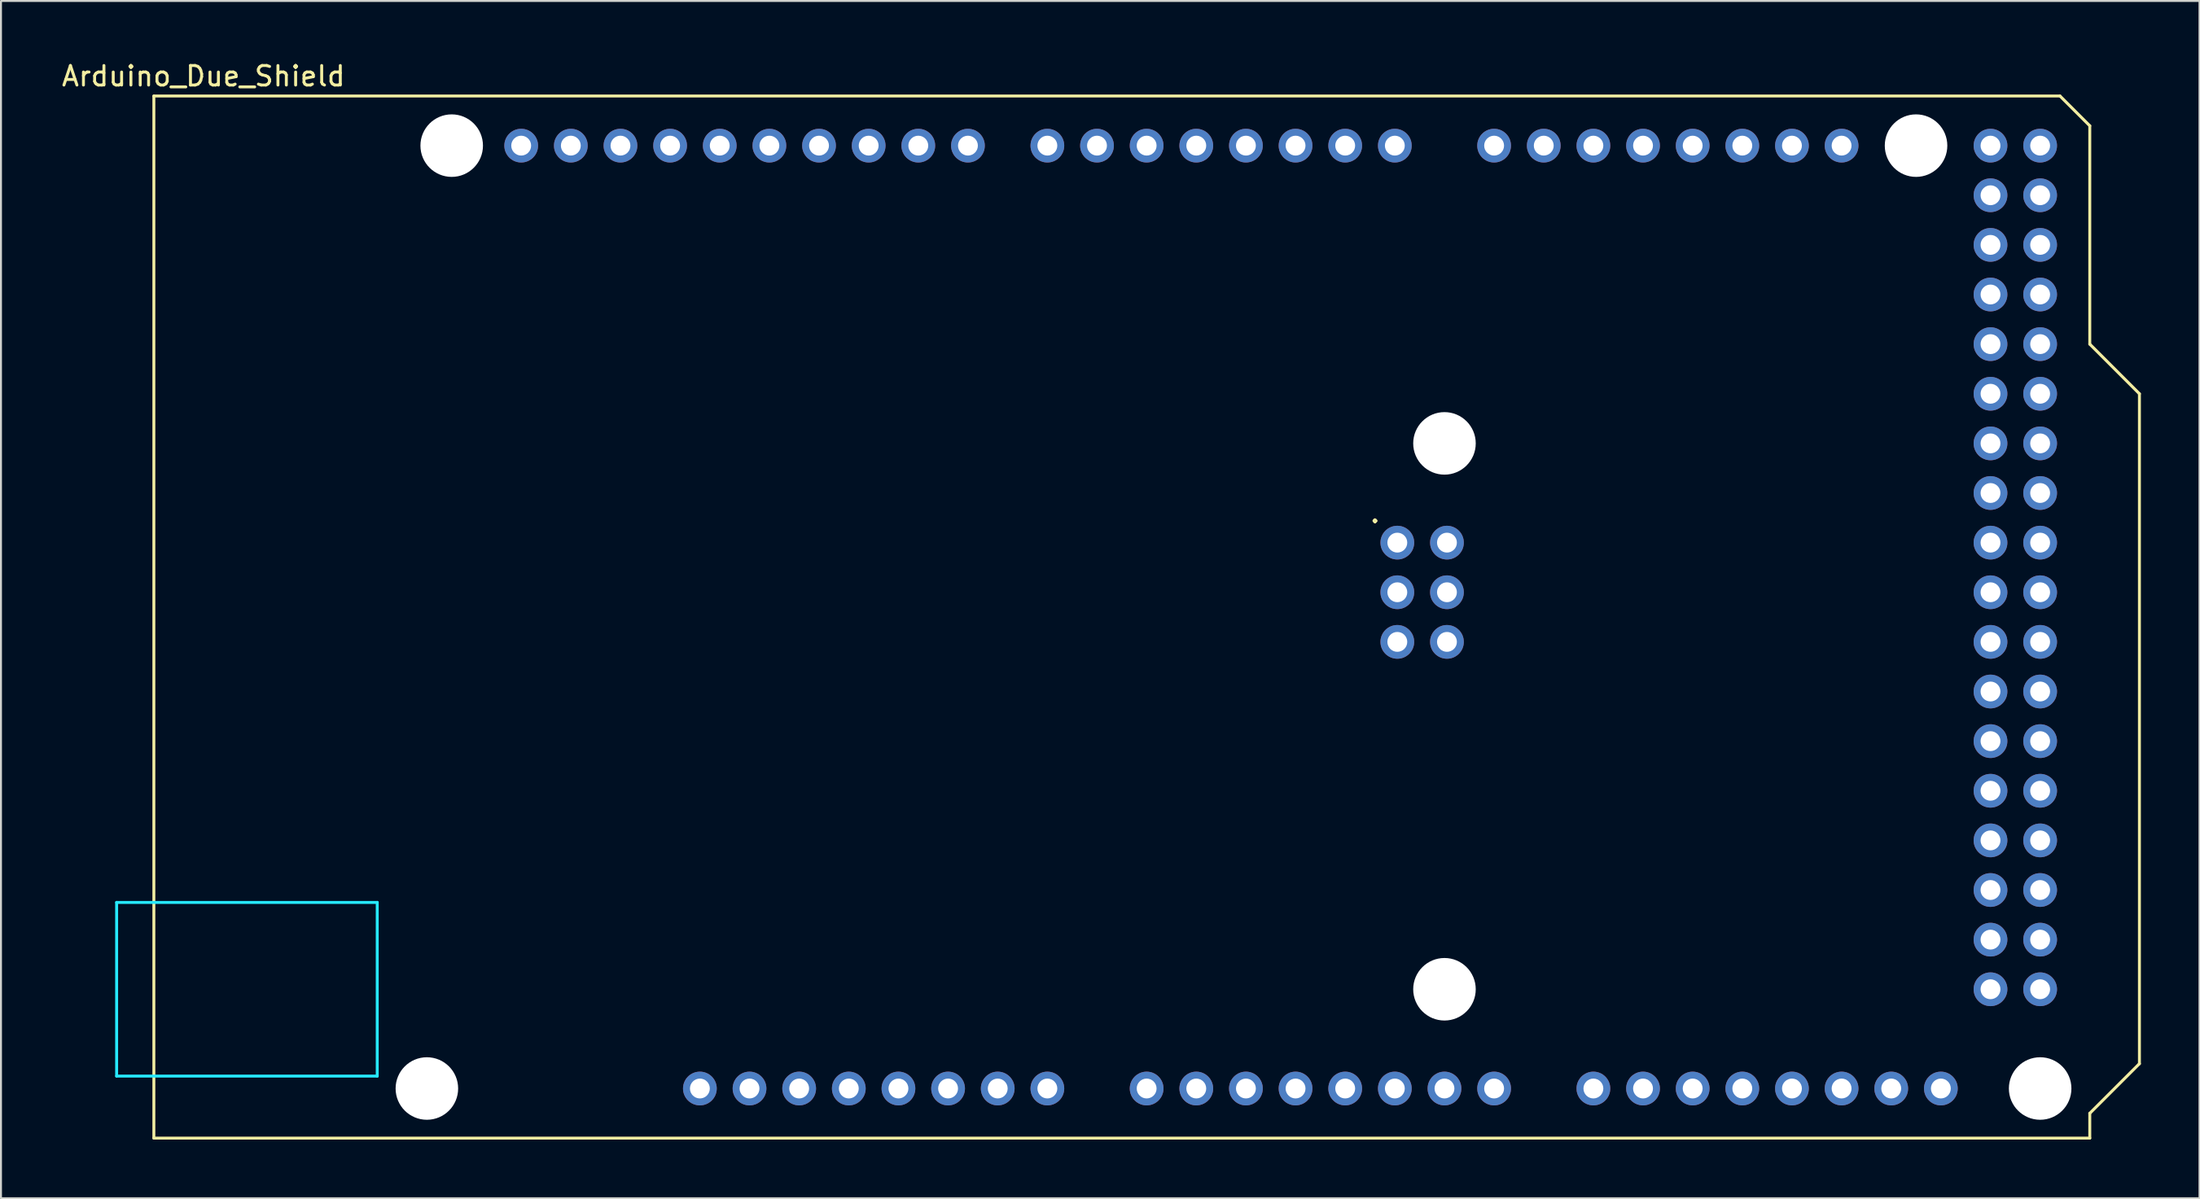
<source format=kicad_pcb>
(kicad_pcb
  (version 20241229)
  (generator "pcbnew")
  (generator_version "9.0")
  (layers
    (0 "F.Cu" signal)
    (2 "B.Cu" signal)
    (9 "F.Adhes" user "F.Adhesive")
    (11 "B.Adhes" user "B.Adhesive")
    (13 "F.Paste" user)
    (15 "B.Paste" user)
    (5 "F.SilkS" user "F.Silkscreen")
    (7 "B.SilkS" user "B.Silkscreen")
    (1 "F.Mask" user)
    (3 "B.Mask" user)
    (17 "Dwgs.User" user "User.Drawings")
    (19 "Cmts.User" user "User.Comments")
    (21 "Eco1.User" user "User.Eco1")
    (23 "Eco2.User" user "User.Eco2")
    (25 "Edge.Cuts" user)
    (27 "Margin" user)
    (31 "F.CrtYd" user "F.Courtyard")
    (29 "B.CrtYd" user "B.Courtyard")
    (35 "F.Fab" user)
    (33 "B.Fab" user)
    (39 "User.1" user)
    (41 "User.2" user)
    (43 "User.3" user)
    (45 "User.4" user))
  (footprint "Arduino_Due_Shield"
    (layer "F.Cu")
    (at 4.721 1.788)
    (property "Reference" "Arduino_Due_Shield" (at 2.642 -0.94 0) (layer "F.SilkS") (effects (font (size 1 1) (thickness 0.15))))
    (attr through_hole)
    (fp_line (start 0.102 0.076) (end 0.102 53.416) (stroke (width 0.15) (type solid)) (layer "F.SilkS"))
    (fp_line (start 0.102 0.076) (end 97.638 0.076) (stroke (width 0.15) (type solid)) (layer "F.SilkS"))
    (fp_line (start 0.102 53.416) (end 99.162 53.416) (stroke (width 0.15) (type solid)) (layer "F.SilkS"))
    (fp_line (start 97.638 0.076) (end 99.162 1.6) (stroke (width 0.15) (type solid)) (layer "F.SilkS"))
    (fp_line (start 99.162 12.776) (end 99.162 1.6) (stroke (width 0.15) (type solid)) (layer "F.SilkS"))
    (fp_line (start 99.162 52.146) (end 101.702 49.606) (stroke (width 0.15) (type solid)) (layer "F.SilkS"))
    (fp_line (start 99.162 53.416) (end 99.162 52.146) (stroke (width 0.15) (type solid)) (layer "F.SilkS"))
    (fp_line (start 101.702 15.316) (end 99.162 12.776) (stroke (width 0.15) (type solid)) (layer "F.SilkS"))
    (fp_line (start 101.702 49.606) (end 101.702 15.316) (stroke (width 0.15) (type solid)) (layer "F.SilkS"))
    (fp_line (start -1.803 41.351) (end -1.803 50.241) (stroke (width 0.15) (type solid)) (layer "B.CrtYd"))
    (fp_line (start -1.803 41.351) (end 11.532 41.351) (stroke (width 0.15) (type solid)) (layer "B.CrtYd"))
    (fp_line (start -1.803 50.241) (end 11.532 50.241) (stroke (width 0.15) (type solid)) (layer "B.CrtYd"))
    (fp_line (start 11.532 41.351) (end 11.532 50.241) (stroke (width 0.15) (type solid)) (layer "B.CrtYd"))
    (fp_text user "." (at 62.586 21.412 0) (layer "F.SilkS") (effects (font (size 1 1) (thickness 0.15))))
    (pad "" np_thru_hole circle (at 14.072 50.876) (size 3.2 3.2) (drill 3.2) (layers "*.Cu" "*.Mask"))
    (pad "" np_thru_hole circle (at 15.342 2.616) (size 3.2 3.2) (drill 3.2) (layers "*.Cu" "*.Mask"))
    (pad "" thru_hole oval (at 28.042 50.876) (size 1.727 1.727) (drill 1.016) (layers "*.Cu" "*.Mask"))
    (pad "" np_thru_hole circle (at 66.142 17.856) (size 3.2 3.2) (drill 3.2) (layers "*.Cu" "*.Mask"))
    (pad "" np_thru_hole circle (at 66.142 45.796) (size 3.2 3.2) (drill 3.2) (layers "*.Cu" "*.Mask"))
    (pad "" np_thru_hole circle (at 90.272 2.616) (size 3.2 3.2) (drill 3.2) (layers "*.Cu" "*.Mask"))
    (pad "" np_thru_hole circle (at 96.622 50.876) (size 3.2 3.2) (drill 3.2) (layers "*.Cu" "*.Mask"))
    (pad "3V3" thru_hole oval (at 35.662 50.876) (size 1.727 1.727) (drill 1.016) (layers "*.Cu" "*.Mask"))
    (pad "5V1" thru_hole oval (at 38.202 50.876) (size 1.727 1.727) (drill 1.016) (layers "*.Cu" "*.Mask"))
    (pad "5V2" thru_hole oval (at 66.269 22.936) (size 1.727 1.727) (drill 1.016) (layers "*.Cu" "*.Mask"))
    (pad "5V3" thru_hole oval (at 94.082 2.616) (size 1.727 1.727) (drill 1.016) (layers "*.Cu" "*.Mask"))
    (pad "5V4" thru_hole oval (at 96.622 2.616) (size 1.727 1.727) (drill 1.016) (layers "*.Cu" "*.Mask"))
    (pad "A0" thru_hole oval (at 50.902 50.876) (size 1.727 1.727) (drill 1.016) (layers "*.Cu" "*.Mask"))
    (pad "A1" thru_hole oval (at 53.442 50.876) (size 1.727 1.727) (drill 1.016) (layers "*.Cu" "*.Mask"))
    (pad "A2" thru_hole oval (at 55.982 50.876) (size 1.727 1.727) (drill 1.016) (layers "*.Cu" "*.Mask"))
    (pad "A3" thru_hole oval (at 58.522 50.876) (size 1.727 1.727) (drill 1.016) (layers "*.Cu" "*.Mask"))
    (pad "A4" thru_hole oval (at 61.062 50.876) (size 1.727 1.727) (drill 1.016) (layers "*.Cu" "*.Mask"))
    (pad "A5" thru_hole oval (at 63.602 50.876) (size 1.727 1.727) (drill 1.016) (layers "*.Cu" "*.Mask"))
    (pad "A6" thru_hole oval (at 66.142 50.876) (size 1.727 1.727) (drill 1.016) (layers "*.Cu" "*.Mask"))
    (pad "A7" thru_hole oval (at 68.682 50.876) (size 1.727 1.727) (drill 1.016) (layers "*.Cu" "*.Mask"))
    (pad "A8" thru_hole oval (at 73.762 50.876) (size 1.727 1.727) (drill 1.016) (layers "*.Cu" "*.Mask"))
    (pad "A9" thru_hole oval (at 76.302 50.876) (size 1.727 1.727) (drill 1.016) (layers "*.Cu" "*.Mask"))
    (pad "A10" thru_hole oval (at 78.842 50.876) (size 1.727 1.727) (drill 1.016) (layers "*.Cu" "*.Mask"))
    (pad "A11" thru_hole oval (at 81.382 50.876) (size 1.727 1.727) (drill 1.016) (layers "*.Cu" "*.Mask"))
    (pad "AREF" thru_hole oval (at 23.978 2.616) (size 1.727 1.727) (drill 1.016) (layers "*.Cu" "*.Mask"))
    (pad "CANR" thru_hole oval (at 89.002 50.876) (size 1.727 1.727) (drill 1.016) (layers "*.Cu" "*.Mask"))
    (pad "CANT" thru_hole oval (at 91.542 50.876) (size 1.727 1.727) (drill 1.016) (layers "*.Cu" "*.Mask"))
    (pad "D0" thru_hole oval (at 63.602 2.616) (size 1.727 1.727) (drill 1.016) (layers "*.Cu" "*.Mask"))
    (pad "D1" thru_hole oval (at 61.062 2.616) (size 1.727 1.727) (drill 1.016) (layers "*.Cu" "*.Mask"))
    (pad "D2" thru_hole oval (at 58.522 2.616) (size 1.727 1.727) (drill 1.016) (layers "*.Cu" "*.Mask"))
    (pad "D3" thru_hole oval (at 55.982 2.616) (size 1.727 1.727) (drill 1.016) (layers "*.Cu" "*.Mask"))
    (pad "D4" thru_hole oval (at 53.442 2.616) (size 1.727 1.727) (drill 1.016) (layers "*.Cu" "*.Mask"))
    (pad "D5" thru_hole oval (at 50.902 2.616) (size 1.727 1.727) (drill 1.016) (layers "*.Cu" "*.Mask"))
    (pad "D6" thru_hole oval (at 48.362 2.616) (size 1.727 1.727) (drill 1.016) (layers "*.Cu" "*.Mask"))
    (pad "D7" thru_hole oval (at 45.822 2.616) (size 1.727 1.727) (drill 1.016) (layers "*.Cu" "*.Mask"))
    (pad "D8" thru_hole oval (at 41.758 2.616) (size 1.727 1.727) (drill 1.016) (layers "*.Cu" "*.Mask"))
    (pad "D9" thru_hole oval (at 39.218 2.616) (size 1.727 1.727) (drill 1.016) (layers "*.Cu" "*.Mask"))
    (pad "D10" thru_hole oval (at 36.678 2.616) (size 1.727 1.727) (drill 1.016) (layers "*.Cu" "*.Mask"))
    (pad "D11" thru_hole oval (at 34.138 2.616) (size 1.727 1.727) (drill 1.016) (layers "*.Cu" "*.Mask"))
    (pad "D12" thru_hole oval (at 31.598 2.616) (size 1.727 1.727) (drill 1.016) (layers "*.Cu" "*.Mask"))
    (pad "D13" thru_hole oval (at 29.058 2.616) (size 1.727 1.727) (drill 1.016) (layers "*.Cu" "*.Mask"))
    (pad "D14" thru_hole oval (at 68.682 2.616) (size 1.727 1.727) (drill 1.016) (layers "*.Cu" "*.Mask"))
    (pad "D15" thru_hole oval (at 71.222 2.616) (size 1.727 1.727) (drill 1.016) (layers "*.Cu" "*.Mask"))
    (pad "D16" thru_hole oval (at 73.762 2.616) (size 1.727 1.727) (drill 1.016) (layers "*.Cu" "*.Mask"))
    (pad "D17" thru_hole oval (at 76.302 2.616) (size 1.727 1.727) (drill 1.016) (layers "*.Cu" "*.Mask"))
    (pad "D18" thru_hole oval (at 78.842 2.616) (size 1.727 1.727) (drill 1.016) (layers "*.Cu" "*.Mask"))
    (pad "D19" thru_hole oval (at 81.382 2.616) (size 1.727 1.727) (drill 1.016) (layers "*.Cu" "*.Mask"))
    (pad "D20" thru_hole oval (at 83.922 2.616) (size 1.727 1.727) (drill 1.016) (layers "*.Cu" "*.Mask"))
    (pad "D21" thru_hole oval (at 86.462 2.616) (size 1.727 1.727) (drill 1.016) (layers "*.Cu" "*.Mask"))
    (pad "D22" thru_hole oval (at 94.082 5.156) (size 1.727 1.727) (drill 1.016) (layers "*.Cu" "*.Mask"))
    (pad "D23" thru_hole oval (at 96.622 5.156) (size 1.727 1.727) (drill 1.016) (layers "*.Cu" "*.Mask"))
    (pad "D24" thru_hole oval (at 94.082 7.696) (size 1.727 1.727) (drill 1.016) (layers "*.Cu" "*.Mask"))
    (pad "D25" thru_hole oval (at 96.622 7.696) (size 1.727 1.727) (drill 1.016) (layers "*.Cu" "*.Mask"))
    (pad "D26" thru_hole oval (at 94.082 10.236) (size 1.727 1.727) (drill 1.016) (layers "*.Cu" "*.Mask"))
    (pad "D27" thru_hole oval (at 96.622 10.236) (size 1.727 1.727) (drill 1.016) (layers "*.Cu" "*.Mask"))
    (pad "D28" thru_hole oval (at 94.082 12.776) (size 1.727 1.727) (drill 1.016) (layers "*.Cu" "*.Mask"))
    (pad "D29" thru_hole oval (at 96.622 12.776) (size 1.727 1.727) (drill 1.016) (layers "*.Cu" "*.Mask"))
    (pad "D30" thru_hole oval (at 94.082 15.316) (size 1.727 1.727) (drill 1.016) (layers "*.Cu" "*.Mask"))
    (pad "D31" thru_hole oval (at 96.622 15.316) (size 1.727 1.727) (drill 1.016) (layers "*.Cu" "*.Mask"))
    (pad "D32" thru_hole oval (at 94.082 17.856) (size 1.727 1.727) (drill 1.016) (layers "*.Cu" "*.Mask"))
    (pad "D33" thru_hole oval (at 96.622 17.856) (size 1.727 1.727) (drill 1.016) (layers "*.Cu" "*.Mask"))
    (pad "D34" thru_hole oval (at 94.082 20.396) (size 1.727 1.727) (drill 1.016) (layers "*.Cu" "*.Mask"))
    (pad "D35" thru_hole oval (at 96.622 20.396) (size 1.727 1.727) (drill 1.016) (layers "*.Cu" "*.Mask"))
    (pad "D36" thru_hole oval (at 94.082 22.936) (size 1.727 1.727) (drill 1.016) (layers "*.Cu" "*.Mask"))
    (pad "D37" thru_hole oval (at 96.622 22.936) (size 1.727 1.727) (drill 1.016) (layers "*.Cu" "*.Mask"))
    (pad "D38" thru_hole oval (at 94.082 25.476) (size 1.727 1.727) (drill 1.016) (layers "*.Cu" "*.Mask"))
    (pad "D39" thru_hole oval (at 96.622 25.476) (size 1.727 1.727) (drill 1.016) (layers "*.Cu" "*.Mask"))
    (pad "D40" thru_hole oval (at 94.082 28.016) (size 1.727 1.727) (drill 1.016) (layers "*.Cu" "*.Mask"))
    (pad "D41" thru_hole oval (at 96.622 28.016) (size 1.727 1.727) (drill 1.016) (layers "*.Cu" "*.Mask"))
    (pad "D42" thru_hole oval (at 94.082 30.556) (size 1.727 1.727) (drill 1.016) (layers "*.Cu" "*.Mask"))
    (pad "D43" thru_hole oval (at 96.622 30.556) (size 1.727 1.727) (drill 1.016) (layers "*.Cu" "*.Mask"))
    (pad "D44" thru_hole oval (at 94.082 33.096) (size 1.727 1.727) (drill 1.016) (layers "*.Cu" "*.Mask"))
    (pad "D45" thru_hole oval (at 96.622 33.096) (size 1.727 1.727) (drill 1.016) (layers "*.Cu" "*.Mask"))
    (pad "D46" thru_hole oval (at 94.082 35.636) (size 1.727 1.727) (drill 1.016) (layers "*.Cu" "*.Mask"))
    (pad "D47" thru_hole oval (at 96.622 35.636) (size 1.727 1.727) (drill 1.016) (layers "*.Cu" "*.Mask"))
    (pad "D48" thru_hole oval (at 94.082 38.176) (size 1.727 1.727) (drill 1.016) (layers "*.Cu" "*.Mask"))
    (pad "D49" thru_hole oval (at 96.622 38.176) (size 1.727 1.727) (drill 1.016) (layers "*.Cu" "*.Mask"))
    (pad "D50" thru_hole oval (at 94.082 40.716) (size 1.727 1.727) (drill 1.016) (layers "*.Cu" "*.Mask"))
    (pad "D51" thru_hole oval (at 96.622 40.716) (size 1.727 1.727) (drill 1.016) (layers "*.Cu" "*.Mask"))
    (pad "D52" thru_hole oval (at 94.082 43.256) (size 1.727 1.727) (drill 1.016) (layers "*.Cu" "*.Mask"))
    (pad "D53" thru_hole oval (at 96.622 43.256) (size 1.727 1.727) (drill 1.016) (layers "*.Cu" "*.Mask"))
    (pad "DAC0" thru_hole oval (at 83.922 50.876) (size 1.727 1.727) (drill 1.016) (layers "*.Cu" "*.Mask"))
    (pad "DAC1" thru_hole oval (at 86.462 50.876) (size 1.727 1.727) (drill 1.016) (layers "*.Cu" "*.Mask"))
    (pad "GND1" thru_hole oval (at 26.518 2.616) (size 1.727 1.727) (drill 1.016) (layers "*.Cu" "*.Mask"))
    (pad "GND2" thru_hole oval (at 40.742 50.876) (size 1.727 1.727) (drill 1.016) (layers "*.Cu" "*.Mask"))
    (pad "GND3" thru_hole oval (at 43.282 50.876) (size 1.727 1.727) (drill 1.016) (layers "*.Cu" "*.Mask"))
    (pad "GND4" thru_hole oval (at 66.269 28.016) (size 1.727 1.727) (drill 1.016) (layers "*.Cu" "*.Mask"))
    (pad "GND5" thru_hole oval (at 94.082 45.796) (size 1.727 1.727) (drill 1.016) (layers "*.Cu" "*.Mask"))
    (pad "GND6" thru_hole oval (at 96.622 45.796) (size 1.727 1.727) (drill 1.016) (layers "*.Cu" "*.Mask"))
    (pad "IORF" thru_hole oval (at 30.582 50.876) (size 1.727 1.727) (drill 1.016) (layers "*.Cu" "*.Mask"))
    (pad "MISO" thru_hole oval (at 63.729 22.936) (size 1.727 1.727) (drill 1.016) (layers "*.Cu" "*.Mask"))
    (pad "MOSI" thru_hole oval (at 66.269 25.476) (size 1.727 1.727) (drill 1.016) (layers "*.Cu" "*.Mask"))
    (pad "RST1" thru_hole oval (at 33.122 50.876) (size 1.727 1.727) (drill 1.016) (layers "*.Cu" "*.Mask"))
    (pad "RST2" thru_hole oval (at 63.729 28.016) (size 1.727 1.727) (drill 1.016) (layers "*.Cu" "*.Mask"))
    (pad "SCK" thru_hole oval (at 63.729 25.476) (size 1.727 1.727) (drill 1.016) (layers "*.Cu" "*.Mask"))
    (pad "SCL1" thru_hole oval (at 18.898 2.616) (size 1.727 1.727) (drill 1.016) (layers "*.Cu" "*.Mask"))
    (pad "SDA1" thru_hole oval (at 21.438 2.616) (size 1.727 1.727) (drill 1.016) (layers "*.Cu" "*.Mask"))
    (pad "VIN" thru_hole oval (at 45.822 50.876) (size 1.727 1.727) (drill 1.016) (layers "*.Cu" "*.Mask")))
  (gr_rect
    (start -3 -3)
    (end 109.498 58.279)
    (stroke (width 0.1) (type default))
    (fill no)
    (layer "Edge.Cuts")))
</source>
